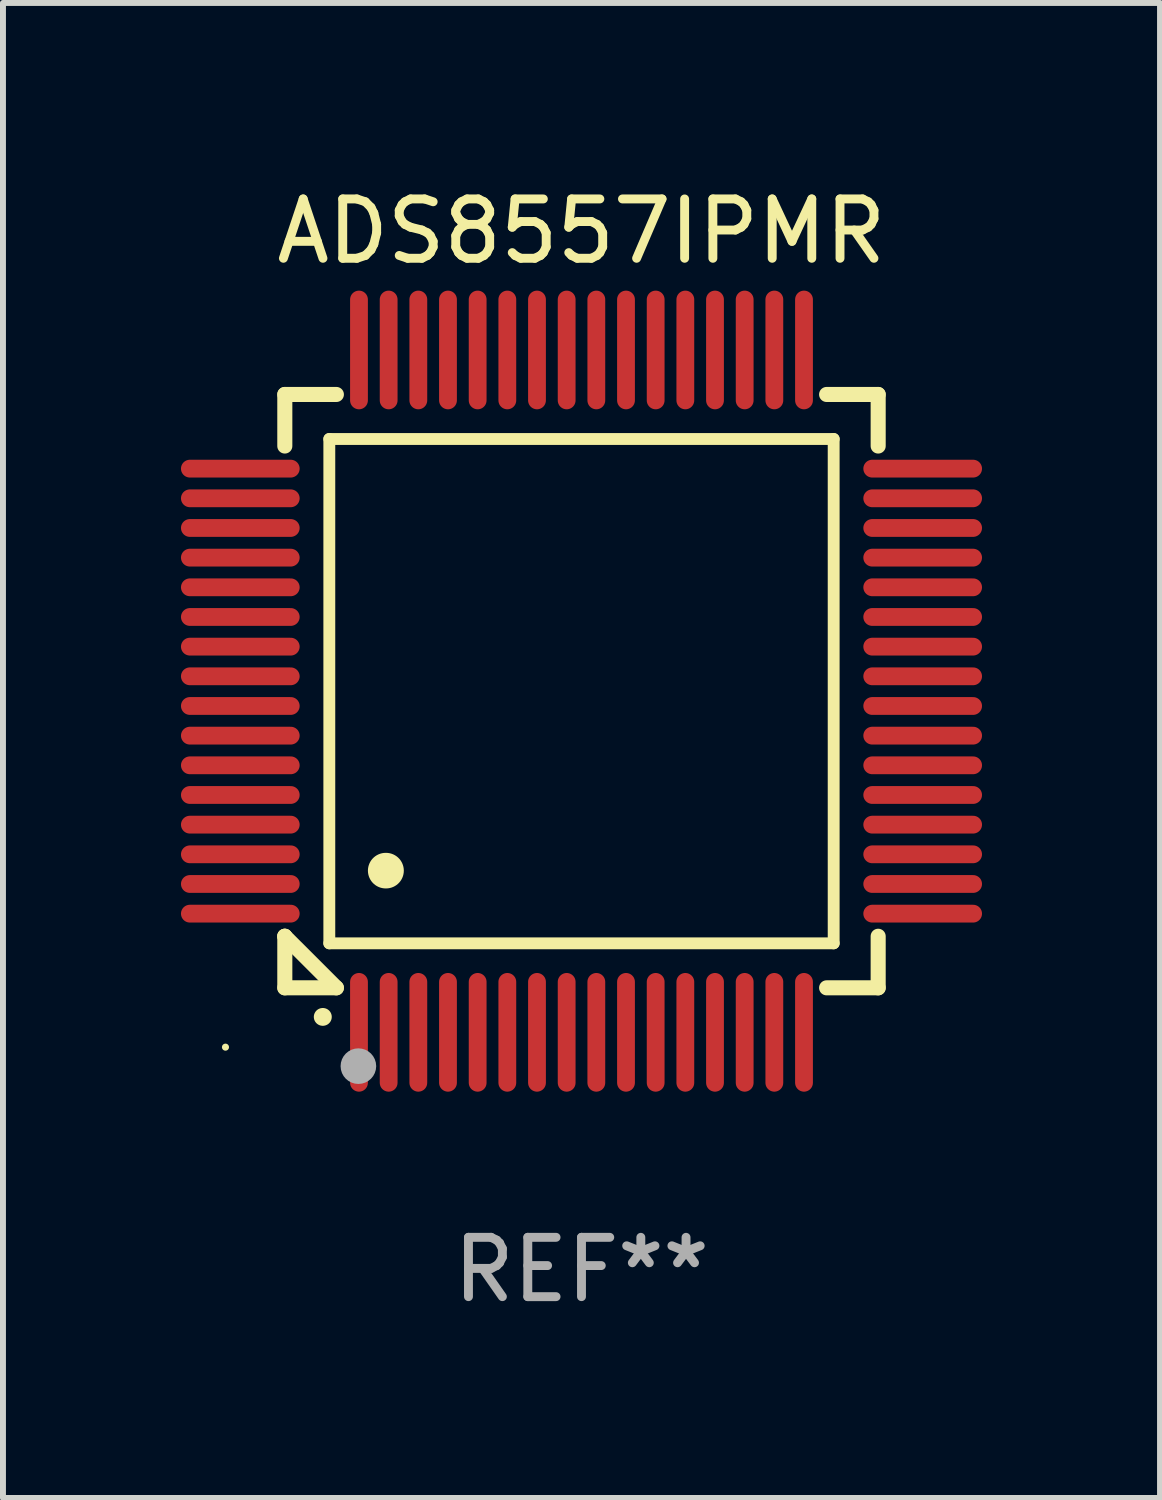
<source format=kicad_pcb>
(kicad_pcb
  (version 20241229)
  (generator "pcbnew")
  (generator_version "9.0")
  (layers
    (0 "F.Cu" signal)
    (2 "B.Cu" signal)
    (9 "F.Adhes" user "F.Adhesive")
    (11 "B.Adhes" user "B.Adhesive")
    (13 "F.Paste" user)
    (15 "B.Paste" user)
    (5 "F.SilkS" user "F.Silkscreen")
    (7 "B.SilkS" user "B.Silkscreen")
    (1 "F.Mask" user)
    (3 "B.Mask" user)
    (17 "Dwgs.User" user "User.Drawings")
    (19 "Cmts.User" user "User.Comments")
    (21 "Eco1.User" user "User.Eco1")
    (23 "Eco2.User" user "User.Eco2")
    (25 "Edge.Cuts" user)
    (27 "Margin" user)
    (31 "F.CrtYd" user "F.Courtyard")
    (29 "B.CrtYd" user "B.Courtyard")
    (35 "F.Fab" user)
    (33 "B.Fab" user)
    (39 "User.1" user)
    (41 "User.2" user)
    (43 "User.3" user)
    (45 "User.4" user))
  (footprint "ADS8557IPMR"
    (layer "F.Cu")
    (at 6.75 8.598)
    (property "Reference" "ADS8557IPMR" (at 0 -7.75 0) (layer "F.SilkS") (effects (font (size 1 1) (thickness 0.15))))
    (attr through_hole)
    (fp_line (start -5 -5) (end -4.131 -5) (stroke (width 0.254) (type solid)) (layer "F.SilkS"))
    (fp_line (start -5 -4.131) (end -5 -5) (stroke (width 0.254) (type solid)) (layer "F.SilkS"))
    (fp_line (start -5 4.131) (end -5 4.131) (stroke (width 0.254) (type solid)) (layer "F.SilkS"))
    (fp_line (start -5 5) (end -5 4.131) (stroke (width 0.254) (type solid)) (layer "F.SilkS"))
    (fp_line (start -5 4.131) (end -4.131 5) (stroke (width 0.254) (type solid)) (layer "F.SilkS"))
    (fp_line (start -4.25 -4.25) (end -4.25 4.25) (stroke (width 0.2) (type solid)) (layer "F.SilkS"))
    (fp_line (start -4.25 4.25) (end 4.25 4.25) (stroke (width 0.2) (type solid)) (layer "F.SilkS"))
    (fp_line (start -4.131 5) (end -5 5) (stroke (width 0.254) (type solid)) (layer "F.SilkS"))
    (fp_line (start 4.25 -4.25) (end -4.25 -4.25) (stroke (width 0.2) (type solid)) (layer "F.SilkS"))
    (fp_line (start 4.25 4.25) (end 4.25 -4.25) (stroke (width 0.2) (type solid)) (layer "F.SilkS"))
    (fp_line (start 5 -5) (end 4.131 -5) (stroke (width 0.254) (type solid)) (layer "F.SilkS"))
    (fp_line (start 5 -5) (end 5 -4.131) (stroke (width 0.254) (type solid)) (layer "F.SilkS"))
    (fp_line (start 5 4.131) (end 5 5) (stroke (width 0.254) (type solid)) (layer "F.SilkS"))
    (fp_line (start 5 5) (end 4.131 5) (stroke (width 0.254) (type solid)) (layer "F.SilkS"))
    (fp_arc (start -4.361265 5.489992) (mid -4.359995 5.489987) (end -4.358725 5.489992) (stroke (width 0.3) (type solid)) (layer "F.SilkS"))
    (fp_arc (start -3.299467 3.025146) (mid -3.296927 3.025135) (end -3.294387 3.025146) (stroke (width 0.6) (type solid)) (layer "F.SilkS"))
    (fp_circle (center -6 6) (end -5.97 6) (stroke (width 0.06) (type solid)) (fill no) (layer "F.SilkS"))
    (fp_circle (center -3.76 6.32) (end -3.61 6.32) (stroke (width 0.3) (type solid)) (fill no) (layer "F.Fab"))
    (fp_text user "REF**" (at 0 9.75 0) (layer "F.Fab") (effects (font (size 1 1) (thickness 0.15))))
    (pad "1" smd oval (at -3.75 5.75) (size 0.3 2) (layers "F.Cu" "F.Mask" "F.Paste"))
    (pad "2" smd oval (at -3.25 5.75) (size 0.3 2) (layers "F.Cu" "F.Mask" "F.Paste"))
    (pad "3" smd oval (at -2.75 5.75) (size 0.3 2) (layers "F.Cu" "F.Mask" "F.Paste"))
    (pad "4" smd oval (at -2.25 5.75) (size 0.3 2) (layers "F.Cu" "F.Mask" "F.Paste"))
    (pad "5" smd oval (at -1.75 5.75) (size 0.3 2) (layers "F.Cu" "F.Mask" "F.Paste"))
    (pad "6" smd oval (at -1.25 5.75) (size 0.3 2) (layers "F.Cu" "F.Mask" "F.Paste"))
    (pad "7" smd oval (at -0.75 5.75) (size 0.3 2) (layers "F.Cu" "F.Mask" "F.Paste"))
    (pad "8" smd oval (at -0.25 5.75) (size 0.3 2) (layers "F.Cu" "F.Mask" "F.Paste"))
    (pad "9" smd oval (at 0.25 5.75) (size 0.3 2) (layers "F.Cu" "F.Mask" "F.Paste"))
    (pad "10" smd oval (at 0.75 5.75) (size 0.3 2) (layers "F.Cu" "F.Mask" "F.Paste"))
    (pad "11" smd oval (at 1.25 5.75) (size 0.3 2) (layers "F.Cu" "F.Mask" "F.Paste"))
    (pad "12" smd oval (at 1.75 5.75) (size 0.3 2) (layers "F.Cu" "F.Mask" "F.Paste"))
    (pad "13" smd oval (at 2.25 5.75) (size 0.3 2) (layers "F.Cu" "F.Mask" "F.Paste"))
    (pad "14" smd oval (at 2.75 5.75) (size 0.3 2) (layers "F.Cu" "F.Mask" "F.Paste"))
    (pad "15" smd oval (at 3.25 5.75) (size 0.3 2) (layers "F.Cu" "F.Mask" "F.Paste"))
    (pad "16" smd oval (at 3.75 5.75) (size 0.3 2) (layers "F.Cu" "F.Mask" "F.Paste"))
    (pad "17" smd oval (at 5.75 3.75) (size 2 0.3) (layers "F.Cu" "F.Mask" "F.Paste"))
    (pad "18" smd oval (at 5.75 3.25) (size 2 0.3) (layers "F.Cu" "F.Mask" "F.Paste"))
    (pad "19" smd oval (at 5.75 2.75) (size 2 0.3) (layers "F.Cu" "F.Mask" "F.Paste"))
    (pad "20" smd oval (at 5.75 2.25) (size 2 0.3) (layers "F.Cu" "F.Mask" "F.Paste"))
    (pad "21" smd oval (at 5.75 1.75) (size 2 0.3) (layers "F.Cu" "F.Mask" "F.Paste"))
    (pad "22" smd oval (at 5.75 1.25) (size 2 0.3) (layers "F.Cu" "F.Mask" "F.Paste"))
    (pad "23" smd oval (at 5.75 0.75) (size 2 0.3) (layers "F.Cu" "F.Mask" "F.Paste"))
    (pad "24" smd oval (at 5.75 0.25) (size 2 0.3) (layers "F.Cu" "F.Mask" "F.Paste"))
    (pad "25" smd oval (at 5.75 -0.25) (size 2 0.3) (layers "F.Cu" "F.Mask" "F.Paste"))
    (pad "26" smd oval (at 5.75 -0.75) (size 2 0.3) (layers "F.Cu" "F.Mask" "F.Paste"))
    (pad "27" smd oval (at 5.75 -1.25) (size 2 0.3) (layers "F.Cu" "F.Mask" "F.Paste"))
    (pad "28" smd oval (at 5.75 -1.75) (size 2 0.3) (layers "F.Cu" "F.Mask" "F.Paste"))
    (pad "29" smd oval (at 5.75 -2.25) (size 2 0.3) (layers "F.Cu" "F.Mask" "F.Paste"))
    (pad "30" smd oval (at 5.75 -2.75) (size 2 0.3) (layers "F.Cu" "F.Mask" "F.Paste"))
    (pad "31" smd oval (at 5.75 -3.25) (size 2 0.3) (layers "F.Cu" "F.Mask" "F.Paste"))
    (pad "32" smd oval (at 5.75 -3.75) (size 2 0.3) (layers "F.Cu" "F.Mask" "F.Paste"))
    (pad "33" smd oval (at 3.75 -5.75) (size 0.3 2) (layers "F.Cu" "F.Mask" "F.Paste"))
    (pad "34" smd oval (at 3.25 -5.75) (size 0.3 2) (layers "F.Cu" "F.Mask" "F.Paste"))
    (pad "35" smd oval (at 2.75 -5.75) (size 0.3 2) (layers "F.Cu" "F.Mask" "F.Paste"))
    (pad "36" smd oval (at 2.25 -5.75) (size 0.3 2) (layers "F.Cu" "F.Mask" "F.Paste"))
    (pad "37" smd oval (at 1.75 -5.75) (size 0.3 2) (layers "F.Cu" "F.Mask" "F.Paste"))
    (pad "38" smd oval (at 1.25 -5.75) (size 0.3 2) (layers "F.Cu" "F.Mask" "F.Paste"))
    (pad "39" smd oval (at 0.75 -5.75) (size 0.3 2) (layers "F.Cu" "F.Mask" "F.Paste"))
    (pad "40" smd oval (at 0.25 -5.75) (size 0.3 2) (layers "F.Cu" "F.Mask" "F.Paste"))
    (pad "41" smd oval (at -0.25 -5.75) (size 0.3 2) (layers "F.Cu" "F.Mask" "F.Paste"))
    (pad "42" smd oval (at -0.75 -5.75) (size 0.3 2) (layers "F.Cu" "F.Mask" "F.Paste"))
    (pad "43" smd oval (at -1.25 -5.75) (size 0.3 2) (layers "F.Cu" "F.Mask" "F.Paste"))
    (pad "44" smd oval (at -1.75 -5.75) (size 0.3 2) (layers "F.Cu" "F.Mask" "F.Paste"))
    (pad "45" smd oval (at -2.25 -5.75) (size 0.3 2) (layers "F.Cu" "F.Mask" "F.Paste"))
    (pad "46" smd oval (at -2.75 -5.75) (size 0.3 2) (layers "F.Cu" "F.Mask" "F.Paste"))
    (pad "47" smd oval (at -3.25 -5.75) (size 0.3 2) (layers "F.Cu" "F.Mask" "F.Paste"))
    (pad "48" smd oval (at -3.75 -5.75) (size 0.3 2) (layers "F.Cu" "F.Mask" "F.Paste"))
    (pad "49" smd oval (at -5.75 -3.75) (size 2 0.3) (layers "F.Cu" "F.Mask" "F.Paste"))
    (pad "50" smd oval (at -5.75 -3.25) (size 2 0.3) (layers "F.Cu" "F.Mask" "F.Paste"))
    (pad "51" smd oval (at -5.75 -2.75) (size 2 0.3) (layers "F.Cu" "F.Mask" "F.Paste"))
    (pad "52" smd oval (at -5.75 -2.25) (size 2 0.3) (layers "F.Cu" "F.Mask" "F.Paste"))
    (pad "53" smd oval (at -5.75 -1.75) (size 2 0.3) (layers "F.Cu" "F.Mask" "F.Paste"))
    (pad "54" smd oval (at -5.75 -1.25) (size 2 0.3) (layers "F.Cu" "F.Mask" "F.Paste"))
    (pad "55" smd oval (at -5.75 -0.75) (size 2 0.3) (layers "F.Cu" "F.Mask" "F.Paste"))
    (pad "56" smd oval (at -5.75 -0.25) (size 2 0.3) (layers "F.Cu" "F.Mask" "F.Paste"))
    (pad "57" smd oval (at -5.75 0.25) (size 2 0.3) (layers "F.Cu" "F.Mask" "F.Paste"))
    (pad "58" smd oval (at -5.75 0.75) (size 2 0.3) (layers "F.Cu" "F.Mask" "F.Paste"))
    (pad "59" smd oval (at -5.75 1.25) (size 2 0.3) (layers "F.Cu" "F.Mask" "F.Paste"))
    (pad "60" smd oval (at -5.75 1.75) (size 2 0.3) (layers "F.Cu" "F.Mask" "F.Paste"))
    (pad "61" smd oval (at -5.75 2.25) (size 2 0.3) (layers "F.Cu" "F.Mask" "F.Paste"))
    (pad "62" smd oval (at -5.75 2.75) (size 2 0.3) (layers "F.Cu" "F.Mask" "F.Paste"))
    (pad "63" smd oval (at -5.75 3.25) (size 2 0.3) (layers "F.Cu" "F.Mask" "F.Paste"))
    (pad "64" smd oval (at -5.75 3.75) (size 2 0.3) (layers "F.Cu" "F.Mask" "F.Paste")))
  (gr_rect
    (start -3 -3)
    (end 16.5 22.196)
    (stroke (width 0.1) (type default))
    (fill no)
    (layer "Edge.Cuts")))
</source>
